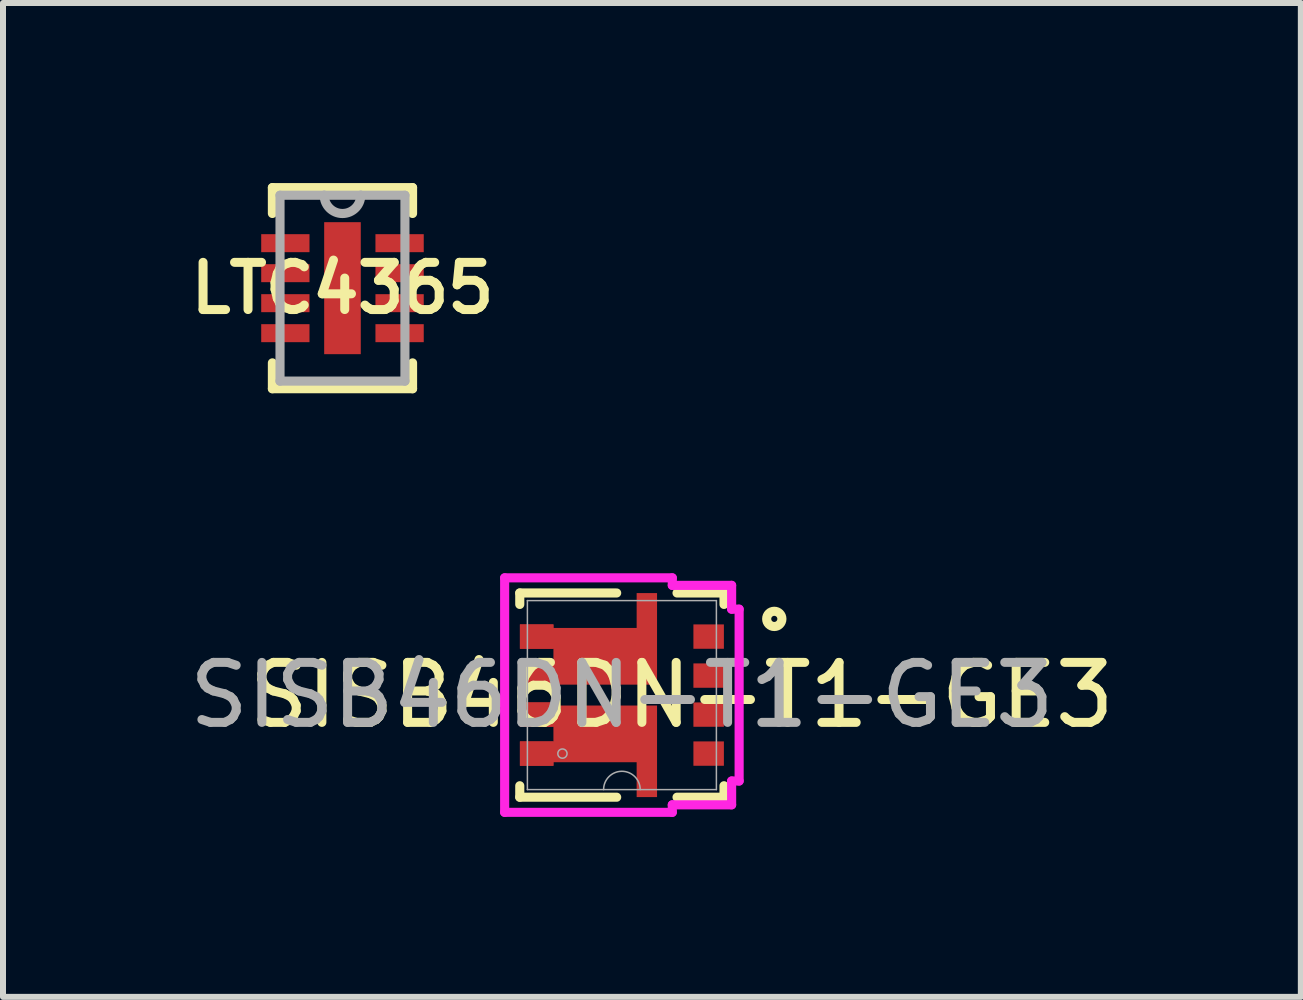
<source format=kicad_pcb>
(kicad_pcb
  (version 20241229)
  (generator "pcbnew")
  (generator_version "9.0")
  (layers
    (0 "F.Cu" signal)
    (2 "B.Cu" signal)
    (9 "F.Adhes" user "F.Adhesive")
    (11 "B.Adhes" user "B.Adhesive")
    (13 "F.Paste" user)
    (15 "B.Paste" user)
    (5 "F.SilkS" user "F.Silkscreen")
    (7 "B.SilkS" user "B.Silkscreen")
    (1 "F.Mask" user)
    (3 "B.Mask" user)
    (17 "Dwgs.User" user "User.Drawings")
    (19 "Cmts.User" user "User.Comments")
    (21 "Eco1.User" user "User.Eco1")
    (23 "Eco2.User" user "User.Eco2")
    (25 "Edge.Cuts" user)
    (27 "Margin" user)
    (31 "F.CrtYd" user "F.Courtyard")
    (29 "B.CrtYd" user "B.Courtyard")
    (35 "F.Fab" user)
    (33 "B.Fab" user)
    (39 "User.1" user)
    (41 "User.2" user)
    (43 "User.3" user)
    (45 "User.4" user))
  (footprint "LTC4365"
    (layer "F.Cu")
    (at 2.658 1.753)
    (property "Reference" "LTC4365" (at 0 0 0) (layer "F.SilkS") (effects (font (size 0.787 0.787) (thickness 0.15))))
    (attr smd)
    (fp_line (start -1.168 -1.676) (end -1.168 -1.245) (stroke (width 0.152) (type solid)) (layer "F.SilkS"))
    (fp_line (start -1.168 1.245) (end -1.168 1.676) (stroke (width 0.152) (type solid)) (layer "F.SilkS"))
    (fp_line (start -1.168 1.676) (end 1.168 1.676) (stroke (width 0.152) (type solid)) (layer "F.SilkS"))
    (fp_line (start 1.168 -1.676) (end -1.168 -1.676) (stroke (width 0.152) (type solid)) (layer "F.SilkS"))
    (fp_line (start 1.168 -1.245) (end 1.168 -1.676) (stroke (width 0.152) (type solid)) (layer "F.SilkS"))
    (fp_line (start 1.168 1.676) (end 1.168 1.245) (stroke (width 0.152) (type solid)) (layer "F.SilkS"))
    (fp_poly (pts (xy -0.305 -1.1) (xy -0.305 1.1) (xy 0.305 1.1) (xy 0.305 -1.1)) (stroke (width 0.025) (type solid)) (fill yes) (layer "F.Paste"))
    (fp_line (start -1.041 -1.549) (end -1.041 1.549) (stroke (width 0.152) (type solid)) (layer "F.Fab"))
    (fp_line (start -1.041 1.549) (end 1.041 1.549) (stroke (width 0.152) (type solid)) (layer "F.Fab"))
    (fp_line (start -0.305 -1.549) (end -1.041 -1.549) (stroke (width 0.152) (type solid)) (layer "F.Fab"))
    (fp_line (start 0.305 -1.549) (end -0.305 -1.549) (stroke (width 0.152) (type solid)) (layer "F.Fab"))
    (fp_line (start 1.041 -1.549) (end 0.305 -1.549) (stroke (width 0.152) (type solid)) (layer "F.Fab"))
    (fp_line (start 1.041 1.549) (end 1.041 -1.549) (stroke (width 0.152) (type solid)) (layer "F.Fab"))
    (fp_arc (start 0.3048 -1.5494) (mid 0 -1.2446) (end -0.3048 -1.5494) (stroke (width 0.1524) (type solid)) (layer "F.Fab"))
    (pad "1" smd rect (at -0.952 -0.75) (size 0.805 0.3) (layers "F.Cu" "F.Mask" "F.Paste"))
    (pad "2" smd rect (at -0.952 -0.25) (size 0.805 0.3) (layers "F.Cu" "F.Mask" "F.Paste"))
    (pad "3" smd rect (at -0.952 0.25) (size 0.805 0.3) (layers "F.Cu" "F.Mask" "F.Paste"))
    (pad "4" smd rect (at -0.952 0.75) (size 0.805 0.3) (layers "F.Cu" "F.Mask" "F.Paste"))
    (pad "5" smd rect (at 0.952 0.75) (size 0.805 0.3) (layers "F.Cu" "F.Mask" "F.Paste"))
    (pad "6" smd rect (at 0.952 0.25) (size 0.805 0.3) (layers "F.Cu" "F.Mask" "F.Paste"))
    (pad "7" smd rect (at 0.952 -0.25) (size 0.805 0.3) (layers "F.Cu" "F.Mask" "F.Paste"))
    (pad "8" smd rect (at 0.952 -0.75) (size 0.805 0.3) (layers "F.Cu" "F.Mask" "F.Paste"))
    (pad "9" smd rect (at 0 0) (size 0.61 2.2) (layers "F.Cu" "F.Mask")))
  (footprint "SISB46DN-T1-GE3"
    (layer "F.Cu")
    (at 7.315 8.535)
    (property "Reference" "SISB46DN-T1-GE3" (at 1 0 0) (unlocked yes) (layer "F.SilkS") (effects (font (size 1 1) (thickness 0.15))))
    (attr smd)
    (fp_poly (pts (xy -1.7 -1.178) (xy -1.7 -0.772) (xy -1.141 -0.772) (xy -1.141 -0.528) (xy -1.7 -0.528) (xy -1.7 -0.122) (xy -1.141 -0.122) (xy -1.141 -0.174) (xy 0.586 -0.174) (xy 0.586 -1.7) (xy 0.246 -1.7) (xy 0.246 -1.119) (xy -1.141 -1.119) (xy -1.141 -1.178)) (stroke (width 0) (type solid)) (fill yes) (layer "F.Cu"))
    (fp_poly (pts (xy -1.7 0.772) (xy -1.7 1.178) (xy -1.141 1.178) (xy -1.141 1.119) (xy 0.246 1.119) (xy 0.246 1.7) (xy 0.586 1.7) (xy 0.586 1.119) (xy 0.586 0.174) (xy -1.141 0.174) (xy -1.141 0.122) (xy -1.7 0.122) (xy -1.7 0.528) (xy -1.141 0.528) (xy -1.141 0.772)) (stroke (width 0) (type solid)) (fill yes) (layer "F.Cu"))
    (fp_poly (pts (xy -1.7 1.178) (xy -1.141 1.178) (xy -1.141 1.119) (xy 0.246 1.119) (xy 0.246 1.7) (xy 0.586 1.7) (xy 0.586 0.174) (xy -1.141 0.174) (xy -1.141 0.122) (xy -1.7 0.122) (xy -1.7 0.528) (xy -1.141 0.528) (xy -1.141 0.772) (xy -1.7 0.772)) (stroke (width 0) (type solid)) (fill yes) (layer "F.Mask"))
    (fp_poly (pts (xy 0.586 -0.174) (xy 0.586 -1.7) (xy 0.246 -1.7) (xy 0.246 -1.119) (xy -1.141 -1.119) (xy -1.141 -1.178) (xy -1.7 -1.178) (xy -1.7 -0.772) (xy -1.141 -0.772) (xy -1.141 -0.528) (xy -1.7 -0.528) (xy -1.7 -0.122) (xy -1.141 -0.122) (xy -1.141 -0.174)) (stroke (width 0) (type solid)) (fill yes) (layer "F.Mask"))
    (fp_line (start -1.702 -1.702) (end -0.087 -1.702) (stroke (width 0.152) (type solid)) (layer "F.SilkS"))
    (fp_line (start -1.702 -1.511) (end -1.702 -1.702) (stroke (width 0.152) (type solid)) (layer "F.SilkS"))
    (fp_line (start -1.702 1.702) (end -1.702 1.511) (stroke (width 0.152) (type solid)) (layer "F.SilkS"))
    (fp_line (start -0.087 1.702) (end -1.702 1.702) (stroke (width 0.152) (type solid)) (layer "F.SilkS"))
    (fp_line (start 0.919 -1.702) (end 1.702 -1.702) (stroke (width 0.152) (type solid)) (layer "F.SilkS"))
    (fp_line (start 1.702 -1.702) (end 1.702 -1.511) (stroke (width 0.152) (type solid)) (layer "F.SilkS"))
    (fp_line (start 1.702 1.511) (end 1.702 1.702) (stroke (width 0.152) (type solid)) (layer "F.SilkS"))
    (fp_line (start 1.702 1.702) (end 0.919 1.702) (stroke (width 0.152) (type solid)) (layer "F.SilkS"))
    (fp_circle (center 2.54 -1.27) (end 2.667 -1.27) (stroke (width 0.152) (type solid)) (fill no) (layer "F.SilkS"))
    (fp_poly (pts (xy -1.7 -1.178) (xy -1.7 -0.772) (xy -1.141 -0.772) (xy -1.141 -0.528) (xy -1.7 -0.528) (xy -1.7 -0.122) (xy -1.141 -0.122) (xy -1.141 -0.174) (xy 0.586 -0.174) (xy 0.586 -1.119) (xy 0.586 -1.7) (xy 0.246 -1.7) (xy 0.246 -1.119) (xy -1.141 -1.119) (xy -1.141 -1.178)) (stroke (width 0) (type solid)) (fill yes) (layer "F.Paste"))
    (fp_poly (pts (xy -1.7 0.122) (xy -1.7 0.528) (xy -1.141 0.528) (xy -1.141 0.772) (xy -1.7 0.772) (xy -1.7 1.178) (xy -1.141 1.178) (xy -1.141 1.119) (xy 0.246 1.119) (xy 0.246 1.7) (xy 0.586 1.7) (xy 0.586 1.119) (xy 0.586 0.174) (xy -1.141 0.174) (xy -1.141 0.122)) (stroke (width 0) (type solid)) (fill yes) (layer "F.Paste"))
    (fp_line (start -1.954 -1.954) (end 0.84 -1.954) (stroke (width 0.152) (type solid)) (layer "F.CrtYd"))
    (fp_line (start -1.954 1.954) (end -1.954 -1.954) (stroke (width 0.152) (type solid)) (layer "F.CrtYd"))
    (fp_line (start 0.84 -1.954) (end 0.84 -1.829) (stroke (width 0.152) (type solid)) (layer "F.CrtYd"))
    (fp_line (start 0.84 -1.829) (end 1.829 -1.829) (stroke (width 0.152) (type solid)) (layer "F.CrtYd"))
    (fp_line (start 0.84 1.829) (end 0.84 1.954) (stroke (width 0.152) (type solid)) (layer "F.CrtYd"))
    (fp_line (start 0.84 1.954) (end -1.954 1.954) (stroke (width 0.152) (type solid)) (layer "F.CrtYd"))
    (fp_line (start 1.829 -1.829) (end 1.829 -1.432) (stroke (width 0.152) (type solid)) (layer "F.CrtYd"))
    (fp_line (start 1.829 -1.432) (end 1.954 -1.432) (stroke (width 0.152) (type solid)) (layer "F.CrtYd"))
    (fp_line (start 1.829 1.432) (end 1.829 1.829) (stroke (width 0.152) (type solid)) (layer "F.CrtYd"))
    (fp_line (start 1.829 1.829) (end 0.84 1.829) (stroke (width 0.152) (type solid)) (layer "F.CrtYd"))
    (fp_line (start 1.954 -1.432) (end 1.954 1.432) (stroke (width 0.152) (type solid)) (layer "F.CrtYd"))
    (fp_line (start 1.954 1.432) (end 1.829 1.432) (stroke (width 0.152) (type solid)) (layer "F.CrtYd"))
    (fp_line (start -1.575 -1.575) (end 1.575 -1.575) (stroke (width 0.025) (type solid)) (layer "F.Fab"))
    (fp_line (start -1.575 1.575) (end -1.575 -1.575) (stroke (width 0.025) (type solid)) (layer "F.Fab"))
    (fp_line (start 1.575 -1.575) (end 1.575 1.575) (stroke (width 0.025) (type solid)) (layer "F.Fab"))
    (fp_line (start 1.575 1.575) (end -1.575 1.575) (stroke (width 0.025) (type solid)) (layer "F.Fab"))
    (fp_arc (start -0.3048 1.5748) (mid 0 1.27) (end 0.3048 1.5748) (stroke (width 0.0254) (type solid)) (layer "F.Fab"))
    (fp_circle (center -0.991 0.975) (end -0.914 0.975) (stroke (width 0.025) (type solid)) (fill no) (layer "F.Fab"))
    (fp_text user "${REFERENCE}" (at 0 0 0) (unlocked yes) (layer "F.Fab") (effects (font (size 1 1) (thickness 0.15))))
    (pad "1" smd rect (at 1.446 -0.975) (size 0.508 0.406) (layers "F.Cu" "F.Mask" "F.Paste"))
    (pad "2" smd rect (at 1.446 -0.325) (size 0.508 0.406) (layers "F.Cu" "F.Mask" "F.Paste"))
    (pad "3" smd rect (at 1.446 0.325) (size 0.508 0.406) (layers "F.Cu" "F.Mask" "F.Paste"))
    (pad "4" smd rect (at 1.446 0.975) (size 0.508 0.406) (layers "F.Cu" "F.Mask" "F.Paste"))
    (pad "5" smd rect (at -1.42 0.975) (size 0.559 0.406) (layers "F.Cu" "F.Mask" "F.Paste"))
    (pad "6" smd rect (at -1.42 0.325) (size 0.559 0.406) (layers "F.Cu" "F.Mask" "F.Paste"))
    (pad "7" smd rect (at -1.42 -0.325) (size 0.559 0.406) (layers "F.Cu" "F.Mask" "F.Paste"))
    (pad "8" smd rect (at -1.42 -0.975) (size 0.559 0.406) (layers "F.Cu" "F.Mask" "F.Paste")))
  (gr_rect
    (start -3 -3)
    (end 18.631 13.565)
    (stroke (width 0.1) (type default))
    (fill no)
    (layer "Edge.Cuts")))
</source>
